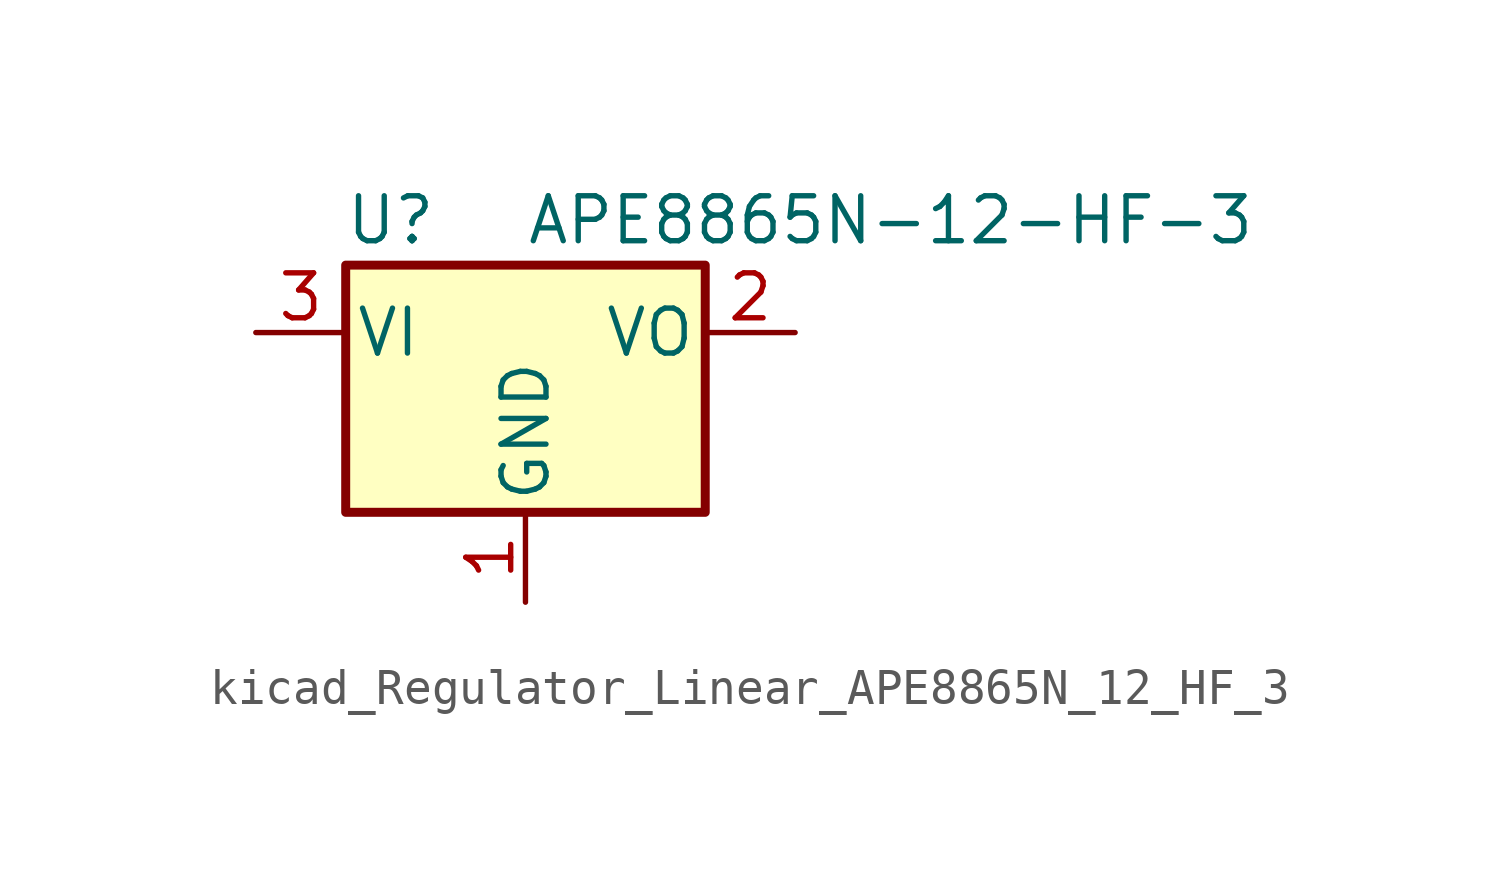
<source format=kicad_sym>
(kicad_symbol_lib
  (version 20220914)
  (generator kicad_symbol_editor)
  (symbol "kicad_Regulator_Linear_APE8865N_12_HF_3"
    (pin_names
      (offset 0.254))
    (property "Reference" "U"
      (at -3.81 3.175 0)
      (effects (font (size 1.27 1.27))))
    (property "Value" "APE8865N-12-HF-3"
      (at 0 3.175 0)
      (effects (font (size 1.27 1.27)) (justify left)))
    (symbol "kicad_Regulator_Linear_APE8865N_12_HF_3_0_1"
      (rectangle (start -5.08 1.905) (end 5.08 -5.08) (stroke (width 0.254) (type default)) (fill (type background))))
    (symbol "kicad_Regulator_Linear_APE8865N_12_HF_3_1_1"
      (pin power_in line (at 0 -7.62 90) (length 2.54) (name "GND" (effects (font (size 1.27 1.27)))) (number "1" (effects (font (size 1.27 1.27)))))
      (pin power_out line (at 7.62 0 180) (length 2.54) (name "VO" (effects (font (size 1.27 1.27)))) (number "2" (effects (font (size 1.27 1.27)))))
      (pin power_in line (at -7.62 0 0) (length 2.54) (name "VI" (effects (font (size 1.27 1.27)))) (number "3" (effects (font (size 1.27 1.27))))))))
</source>
